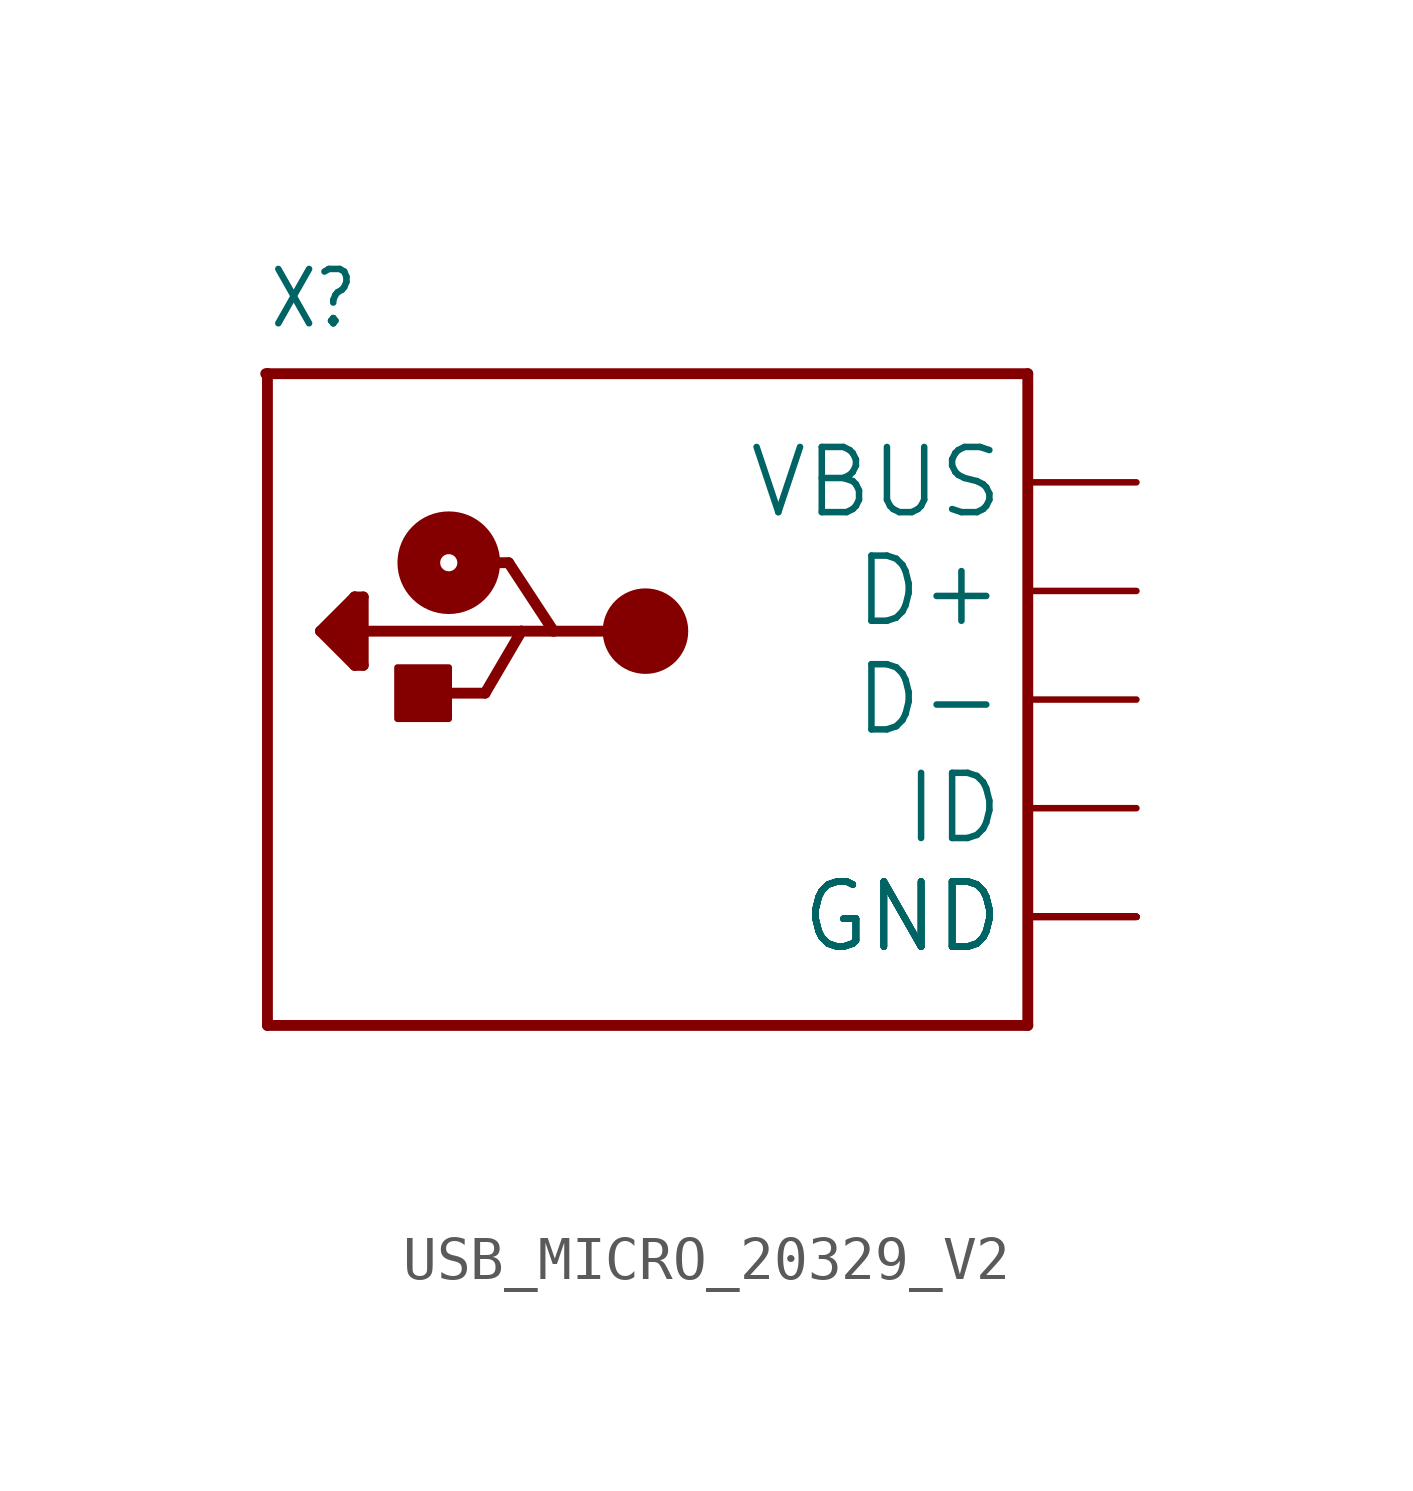
<source format=kicad_sym>
(kicad_symbol_lib
  (version 20241209)
  (generator "kicad_symbol_editor")
  (generator_version "9.0")
  (symbol "USB_MICRO_20329_V2"
    (property "Reference" "X"
      (at -10.16 8.636 0)
      (effects (font (size 1.27 1.079)) (justify left bottom)))
    (property "Value" ""
      (at -10.16 -10.16 0)
      (effects (font (size 1.27 1.079)) (justify left bottom)))
    (property "ki_locked" ""
      (at 0 0 0)
      (effects (font (size 1.27 1.27))))
    (symbol "USB_MICRO_20329_V2_1_0"
      (polyline (pts (xy -10.2 7.62) (xy -10.16 7.62)) (stroke (width 0.254) (type solid)) (fill (type none)))
      (polyline (pts (xy -10.16 7.62) (xy -10.16 -7.62)) (stroke (width 0.254) (type solid)) (fill (type none)))
      (polyline (pts (xy -10.16 7.62) (xy 7.62 7.62)) (stroke (width 0.254) (type solid)) (fill (type none)))
      (polyline (pts (xy -10.16 -7.62) (xy 7.62 -7.62)) (stroke (width 0.254) (type solid)) (fill (type none)))
      (polyline (pts (xy -8.92 1.6) (xy -8.12 2.4)) (stroke (width 0.254) (type solid)) (fill (type none)))
      (polyline (pts (xy -8.52 1.6) (xy -8.52 1.4)) (stroke (width 0.254) (type solid)) (fill (type none)))
      (polyline (pts (xy -8.52 1.4) (xy -8.32 1.2)) (stroke (width 0.254) (type solid)) (fill (type none)))
      (polyline (pts (xy -8.32 2) (xy -8.72 1.6)) (stroke (width 0.254) (type solid)) (fill (type none)))
      (polyline (pts (xy -8.32 1.2) (xy -8.32 2)) (stroke (width 0.254) (type solid)) (fill (type none)))
      (polyline (pts (xy -8.12 2.4) (xy -7.92 2.4)) (stroke (width 0.254) (type solid)) (fill (type none)))
      (polyline (pts (xy -8.12 1) (xy -8.12 2.4)) (stroke (width 0.254) (type solid)) (fill (type none)))
      (polyline (pts (xy -8.12 0.8) (xy -8.92 1.6)) (stroke (width 0.254) (type solid)) (fill (type none)))
      (polyline (pts (xy -7.92 2.4) (xy -7.92 1.6)) (stroke (width 0.254) (type solid)) (fill (type none)))
      (polyline (pts (xy -7.92 1.6) (xy -7.92 0.8)) (stroke (width 0.254) (type solid)) (fill (type none)))
      (polyline (pts (xy -7.92 0.8) (xy -8.12 0.8)) (stroke (width 0.254) (type solid)) (fill (type none)))
      (rectangle (start -7.12 -0.45) (end -5.92 0.75) (stroke (width 0) (type default)) (fill (type outline)))
      (polyline (pts (xy -6.27 0.15) (xy -5.07 0.15)) (stroke (width 0.254) (type solid)) (fill (type none)))
      (circle (center -5.92 3.2) (radius 0.2) (stroke (width 1) (type solid)) (fill (type none)))
      (polyline (pts (xy -5.52 3.2) (xy -4.52 3.2)) (stroke (width 0.254) (type solid)) (fill (type none)))
      (polyline (pts (xy -5.07 0.15) (xy -4.22 1.6)) (stroke (width 0.254) (type solid)) (fill (type none)))
      (polyline (pts (xy -4.52 3.2) (xy -3.47 1.6)) (stroke (width 0.254) (type solid)) (fill (type none)))
      (polyline (pts (xy -4.22 1.6) (xy -7.92 1.6)) (stroke (width 0.254) (type solid)) (fill (type none)))
      (polyline (pts (xy -3.47 1.6) (xy -4.22 1.6)) (stroke (width 0.254) (type solid)) (fill (type none)))
      (circle (center -1.32 1.6) (radius 0.5) (stroke (width 1) (type solid)) (fill (type none)))
      (polyline (pts (xy -1.32 1.6) (xy -3.47 1.6)) (stroke (width 0.254) (type solid)) (fill (type none)))
      (polyline (pts (xy 7.62 7.62) (xy 7.62 -7.62)) (stroke (width 0.254) (type solid)) (fill (type none)))
      (pin power_in line (at 10.16 5.08 180) (length 2.54) (name "VBUS" (effects (font (size 1.524 1.524)))) (number "VBUS" (effects (font (size 0 0)))))
      (pin bidirectional line (at 10.16 2.54 180) (length 2.54) (name "D+" (effects (font (size 1.524 1.524)))) (number "D+" (effects (font (size 0 0)))))
      (pin bidirectional line (at 10.16 0 180) (length 2.54) (name "D-" (effects (font (size 1.524 1.524)))) (number "D-" (effects (font (size 0 0)))))
      (pin bidirectional line (at 10.16 -2.54 180) (length 2.54) (name "ID" (effects (font (size 1.524 1.524)))) (number "ID" (effects (font (size 0 0)))))
      (pin power_in line (at 10.16 -5.08 180) (length 2.54) (name "GND" (effects (font (size 1.524 1.524)))) (number "BASE@1" (effects (font (size 0 0)))))
      (pin power_in line (at 10.16 -5.08 180) (length 2.54) (name "GND" (effects (font (size 1.524 1.524)))) (number "BASE@2" (effects (font (size 0 0)))))
      (pin power_in line (at 10.16 -5.08 180) (length 2.54) (name "GND" (effects (font (size 1.524 1.524)))) (number "GND" (effects (font (size 0 0)))))
      (pin power_in line (at 10.16 -5.08 180) (length 2.54) (name "GND" (effects (font (size 1.524 1.524)))) (number "SPRT@1" (effects (font (size 0 0)))))
      (pin power_in line (at 10.16 -5.08 180) (length 2.54) (name "GND" (effects (font (size 1.524 1.524)))) (number "SPRT@2" (effects (font (size 0 0)))))
      (pin power_in line (at 10.16 -5.08 180) (length 2.54) (name "GND" (effects (font (size 1.524 1.524)))) (number "SPRT@3" (effects (font (size 0 0)))))
      (pin power_in line (at 10.16 -5.08 180) (length 2.54) (name "GND" (effects (font (size 1.524 1.524)))) (number "SPRT@4" (effects (font (size 0 0))))))))
</source>
